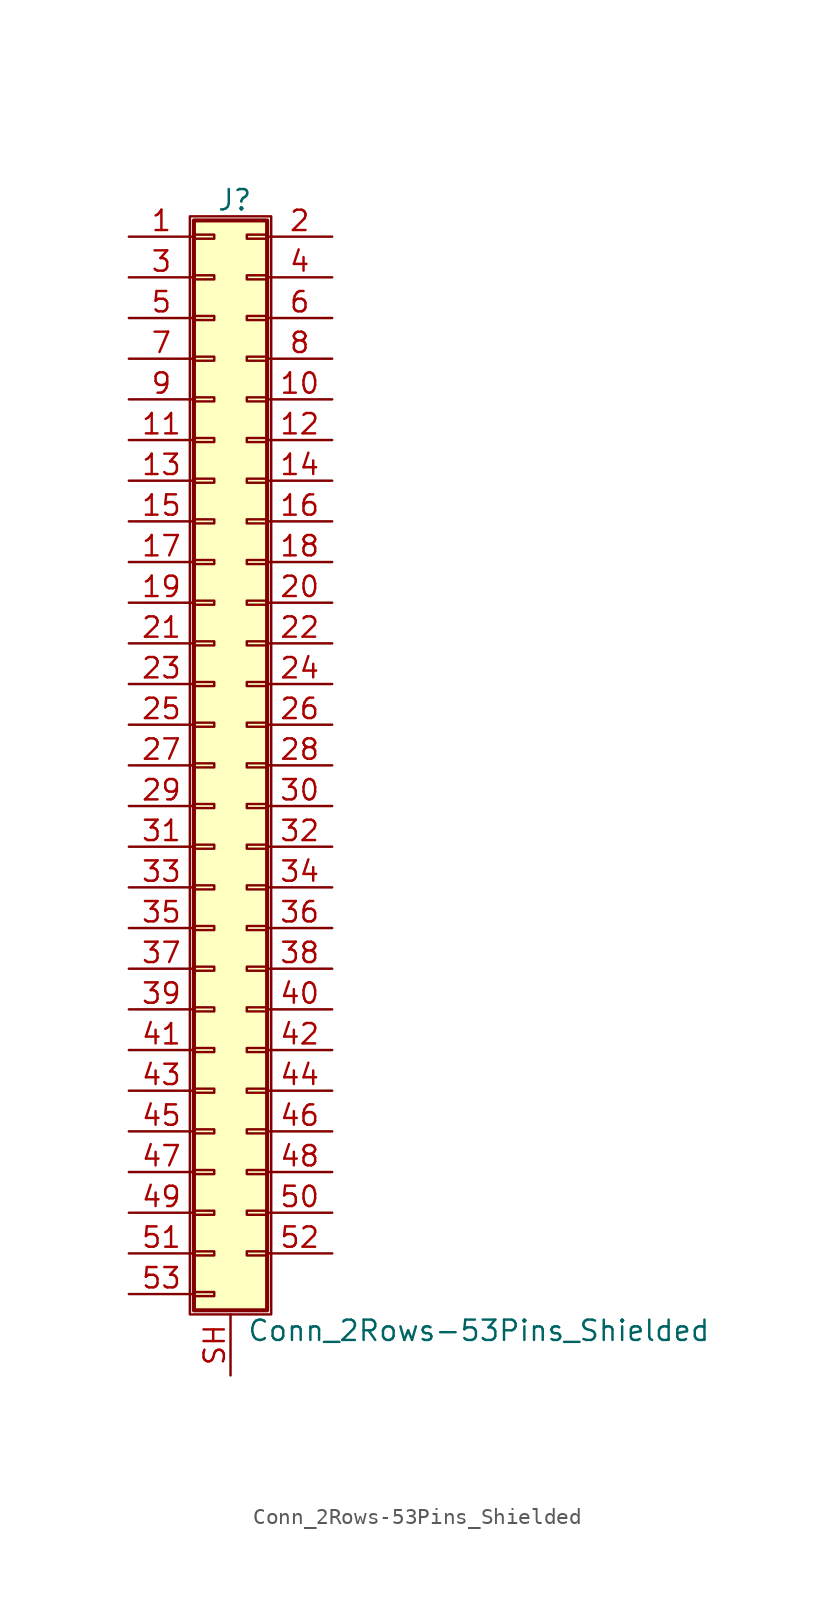
<source format=kicad_sym>
(kicad_symbol_lib
  (version 20200908)
  (generator kicad_symbol_editor)
  (symbol "Connector_Generic_Shielded:Conn_2Rows-53Pins_Shielded"
    (pin_names
      (offset 1.016) hide)
    (property "Reference" "J"
      (at 1.524 35.306 0)
      (effects (font (size 1.27 1.27))))
    (property "Value" "Conn_2Rows-53Pins_Shielded"
      (at 2.286 -35.306 0)
      (effects (font (size 1.27 1.27)) (justify left)))
    (symbol "Conn_2Rows-53Pins_Shielded_1_1"
      (rectangle (start -1.016 -27.813) (end 0.254 -28.067) (stroke (width 0.152)) (fill (type none)))
      (rectangle (start -1.016 -30.353) (end 0.254 -30.607) (stroke (width 0.152)) (fill (type none)))
      (rectangle (start -1.016 -32.893) (end 0.254 -33.147) (stroke (width 0.152)) (fill (type none)))
      (rectangle (start -1.016 -4.953) (end 0.254 -5.207) (stroke (width 0.152)) (fill (type none)))
      (rectangle (start -1.016 -7.493) (end 0.254 -7.747) (stroke (width 0.152)) (fill (type none)))
      (rectangle (start -1.016 -10.033) (end 0.254 -10.287) (stroke (width 0.152)) (fill (type none)))
      (rectangle (start -1.016 -12.573) (end 0.254 -12.827) (stroke (width 0.152)) (fill (type none)))
      (rectangle (start -1.016 -15.113) (end 0.254 -15.367) (stroke (width 0.152)) (fill (type none)))
      (rectangle (start -1.016 -17.653) (end 0.254 -17.907) (stroke (width 0.152)) (fill (type none)))
      (rectangle (start -1.016 -20.193) (end 0.254 -20.447) (stroke (width 0.152)) (fill (type none)))
      (rectangle (start -1.016 -22.733) (end 0.254 -22.987) (stroke (width 0.152)) (fill (type none)))
      (rectangle (start -1.016 -2.413) (end 0.254 -2.667) (stroke (width 0.152)) (fill (type none)))
      (rectangle (start -1.016 -25.273) (end 0.254 -25.527) (stroke (width 0.152)) (fill (type none)))
      (rectangle (start -1.016 25.527) (end 0.254 25.273) (stroke (width 0.152)) (fill (type none)))
      (rectangle (start -1.016 2.667) (end 0.254 2.413) (stroke (width 0.152)) (fill (type none)))
      (rectangle (start -1.016 28.067) (end 0.254 27.813) (stroke (width 0.152)) (fill (type none)))
      (rectangle (start -1.016 30.607) (end 0.254 30.353) (stroke (width 0.152)) (fill (type none)))
      (rectangle (start -1.016 33.147) (end 0.254 32.893) (stroke (width 0.152)) (fill (type none)))
      (rectangle (start -1.016 34.036) (end 3.556 -34.036) (stroke (width 0.254)) (fill (type background)))
      (rectangle (start -1.016 5.207) (end 0.254 4.953) (stroke (width 0.152)) (fill (type none)))
      (rectangle (start -1.016 7.747) (end 0.254 7.493) (stroke (width 0.152)) (fill (type none)))
      (rectangle (start -1.016 10.287) (end 0.254 10.033) (stroke (width 0.152)) (fill (type none)))
      (rectangle (start -1.016 0.127) (end 0.254 -0.127) (stroke (width 0.152)) (fill (type none)))
      (rectangle (start -1.016 12.827) (end 0.254 12.573) (stroke (width 0.152)) (fill (type none)))
      (rectangle (start -1.016 15.367) (end 0.254 15.113) (stroke (width 0.152)) (fill (type none)))
      (rectangle (start -1.016 17.907) (end 0.254 17.653) (stroke (width 0.152)) (fill (type none)))
      (rectangle (start -1.016 20.447) (end 0.254 20.193) (stroke (width 0.152)) (fill (type none)))
      (rectangle (start -1.016 22.987) (end 0.254 22.733) (stroke (width 0.152)) (fill (type none)))
      (rectangle (start -1.27 34.29) (end 3.81 -34.29) (stroke (width 0.152)) (fill (type none)))
      (rectangle (start 3.556 -27.813) (end 2.286 -28.067) (stroke (width 0.152)) (fill (type none)))
      (rectangle (start 3.556 -30.353) (end 2.286 -30.607) (stroke (width 0.152)) (fill (type none)))
      (rectangle (start 3.556 -4.953) (end 2.286 -5.207) (stroke (width 0.152)) (fill (type none)))
      (rectangle (start 3.556 -7.493) (end 2.286 -7.747) (stroke (width 0.152)) (fill (type none)))
      (rectangle (start 3.556 -10.033) (end 2.286 -10.287) (stroke (width 0.152)) (fill (type none)))
      (rectangle (start 3.556 -12.573) (end 2.286 -12.827) (stroke (width 0.152)) (fill (type none)))
      (rectangle (start 3.556 -15.113) (end 2.286 -15.367) (stroke (width 0.152)) (fill (type none)))
      (rectangle (start 3.556 -17.653) (end 2.286 -17.907) (stroke (width 0.152)) (fill (type none)))
      (rectangle (start 3.556 -20.193) (end 2.286 -20.447) (stroke (width 0.152)) (fill (type none)))
      (rectangle (start 3.556 -22.733) (end 2.286 -22.987) (stroke (width 0.152)) (fill (type none)))
      (rectangle (start 3.556 -2.413) (end 2.286 -2.667) (stroke (width 0.152)) (fill (type none)))
      (rectangle (start 3.556 -25.273) (end 2.286 -25.527) (stroke (width 0.152)) (fill (type none)))
      (rectangle (start 3.556 25.527) (end 2.286 25.273) (stroke (width 0.152)) (fill (type none)))
      (rectangle (start 3.556 2.667) (end 2.286 2.413) (stroke (width 0.152)) (fill (type none)))
      (rectangle (start 3.556 28.067) (end 2.286 27.813) (stroke (width 0.152)) (fill (type none)))
      (rectangle (start 3.556 30.607) (end 2.286 30.353) (stroke (width 0.152)) (fill (type none)))
      (rectangle (start 3.556 33.147) (end 2.286 32.893) (stroke (width 0.152)) (fill (type none)))
      (rectangle (start 3.556 5.207) (end 2.286 4.953) (stroke (width 0.152)) (fill (type none)))
      (rectangle (start 3.556 7.747) (end 2.286 7.493) (stroke (width 0.152)) (fill (type none)))
      (rectangle (start 3.556 10.287) (end 2.286 10.033) (stroke (width 0.152)) (fill (type none)))
      (rectangle (start 3.556 0.127) (end 2.286 -0.127) (stroke (width 0.152)) (fill (type none)))
      (rectangle (start 3.556 12.827) (end 2.286 12.573) (stroke (width 0.152)) (fill (type none)))
      (rectangle (start 3.556 15.367) (end 2.286 15.113) (stroke (width 0.152)) (fill (type none)))
      (rectangle (start 3.556 17.907) (end 2.286 17.653) (stroke (width 0.152)) (fill (type none)))
      (rectangle (start 3.556 20.447) (end 2.286 20.193) (stroke (width 0.152)) (fill (type none)))
      (rectangle (start 3.556 22.987) (end 2.286 22.733) (stroke (width 0.152)) (fill (type none)))
      (pin passive line (at -5.08 33.02 0) (length 4.064) (name "Pin_1" (effects (font (size 1.27 1.27)))) (number "1" (effects (font (size 1.27 1.27)))))
      (pin passive line (at 7.62 22.86 180) (length 4.064) (name "Pin_10" (effects (font (size 1.27 1.27)))) (number "10" (effects (font (size 1.27 1.27)))))
      (pin passive line (at -5.08 20.32 0) (length 4.064) (name "Pin_11" (effects (font (size 1.27 1.27)))) (number "11" (effects (font (size 1.27 1.27)))))
      (pin passive line (at 7.62 20.32 180) (length 4.064) (name "Pin_12" (effects (font (size 1.27 1.27)))) (number "12" (effects (font (size 1.27 1.27)))))
      (pin passive line (at -5.08 17.78 0) (length 4.064) (name "Pin_13" (effects (font (size 1.27 1.27)))) (number "13" (effects (font (size 1.27 1.27)))))
      (pin passive line (at 7.62 17.78 180) (length 4.064) (name "Pin_14" (effects (font (size 1.27 1.27)))) (number "14" (effects (font (size 1.27 1.27)))))
      (pin passive line (at -5.08 15.24 0) (length 4.064) (name "Pin_15" (effects (font (size 1.27 1.27)))) (number "15" (effects (font (size 1.27 1.27)))))
      (pin passive line (at 7.62 15.24 180) (length 4.064) (name "Pin_16" (effects (font (size 1.27 1.27)))) (number "16" (effects (font (size 1.27 1.27)))))
      (pin passive line (at -5.08 12.7 0) (length 4.064) (name "Pin_17" (effects (font (size 1.27 1.27)))) (number "17" (effects (font (size 1.27 1.27)))))
      (pin passive line (at 7.62 12.7 180) (length 4.064) (name "Pin_18" (effects (font (size 1.27 1.27)))) (number "18" (effects (font (size 1.27 1.27)))))
      (pin passive line (at -5.08 10.16 0) (length 4.064) (name "Pin_19" (effects (font (size 1.27 1.27)))) (number "19" (effects (font (size 1.27 1.27)))))
      (pin passive line (at 7.62 33.02 180) (length 4.064) (name "Pin_2" (effects (font (size 1.27 1.27)))) (number "2" (effects (font (size 1.27 1.27)))))
      (pin passive line (at 7.62 10.16 180) (length 4.064) (name "Pin_20" (effects (font (size 1.27 1.27)))) (number "20" (effects (font (size 1.27 1.27)))))
      (pin passive line (at -5.08 7.62 0) (length 4.064) (name "Pin_21" (effects (font (size 1.27 1.27)))) (number "21" (effects (font (size 1.27 1.27)))))
      (pin passive line (at 7.62 7.62 180) (length 4.064) (name "Pin_22" (effects (font (size 1.27 1.27)))) (number "22" (effects (font (size 1.27 1.27)))))
      (pin passive line (at -5.08 5.08 0) (length 4.064) (name "Pin_23" (effects (font (size 1.27 1.27)))) (number "23" (effects (font (size 1.27 1.27)))))
      (pin passive line (at 7.62 5.08 180) (length 4.064) (name "Pin_24" (effects (font (size 1.27 1.27)))) (number "24" (effects (font (size 1.27 1.27)))))
      (pin passive line (at -5.08 2.54 0) (length 4.064) (name "Pin_25" (effects (font (size 1.27 1.27)))) (number "25" (effects (font (size 1.27 1.27)))))
      (pin passive line (at 7.62 2.54 180) (length 4.064) (name "Pin_26" (effects (font (size 1.27 1.27)))) (number "26" (effects (font (size 1.27 1.27)))))
      (pin passive line (at -5.08 0 0) (length 4.064) (name "Pin_27" (effects (font (size 1.27 1.27)))) (number "27" (effects (font (size 1.27 1.27)))))
      (pin passive line (at 7.62 0 180) (length 4.064) (name "Pin_28" (effects (font (size 1.27 1.27)))) (number "28" (effects (font (size 1.27 1.27)))))
      (pin passive line (at -5.08 -2.54 0) (length 4.064) (name "Pin_29" (effects (font (size 1.27 1.27)))) (number "29" (effects (font (size 1.27 1.27)))))
      (pin passive line (at -5.08 30.48 0) (length 4.064) (name "Pin_3" (effects (font (size 1.27 1.27)))) (number "3" (effects (font (size 1.27 1.27)))))
      (pin passive line (at 7.62 -2.54 180) (length 4.064) (name "Pin_30" (effects (font (size 1.27 1.27)))) (number "30" (effects (font (size 1.27 1.27)))))
      (pin passive line (at -5.08 -5.08 0) (length 4.064) (name "Pin_31" (effects (font (size 1.27 1.27)))) (number "31" (effects (font (size 1.27 1.27)))))
      (pin passive line (at 7.62 -5.08 180) (length 4.064) (name "Pin_32" (effects (font (size 1.27 1.27)))) (number "32" (effects (font (size 1.27 1.27)))))
      (pin passive line (at -5.08 -7.62 0) (length 4.064) (name "Pin_33" (effects (font (size 1.27 1.27)))) (number "33" (effects (font (size 1.27 1.27)))))
      (pin passive line (at 7.62 -7.62 180) (length 4.064) (name "Pin_34" (effects (font (size 1.27 1.27)))) (number "34" (effects (font (size 1.27 1.27)))))
      (pin passive line (at -5.08 -10.16 0) (length 4.064) (name "Pin_35" (effects (font (size 1.27 1.27)))) (number "35" (effects (font (size 1.27 1.27)))))
      (pin passive line (at 7.62 -10.16 180) (length 4.064) (name "Pin_36" (effects (font (size 1.27 1.27)))) (number "36" (effects (font (size 1.27 1.27)))))
      (pin passive line (at -5.08 -12.7 0) (length 4.064) (name "Pin_37" (effects (font (size 1.27 1.27)))) (number "37" (effects (font (size 1.27 1.27)))))
      (pin passive line (at 7.62 -12.7 180) (length 4.064) (name "Pin_38" (effects (font (size 1.27 1.27)))) (number "38" (effects (font (size 1.27 1.27)))))
      (pin passive line (at -5.08 -15.24 0) (length 4.064) (name "Pin_39" (effects (font (size 1.27 1.27)))) (number "39" (effects (font (size 1.27 1.27)))))
      (pin passive line (at 7.62 30.48 180) (length 4.064) (name "Pin_4" (effects (font (size 1.27 1.27)))) (number "4" (effects (font (size 1.27 1.27)))))
      (pin passive line (at 7.62 -15.24 180) (length 4.064) (name "Pin_40" (effects (font (size 1.27 1.27)))) (number "40" (effects (font (size 1.27 1.27)))))
      (pin passive line (at -5.08 -17.78 0) (length 4.064) (name "Pin_41" (effects (font (size 1.27 1.27)))) (number "41" (effects (font (size 1.27 1.27)))))
      (pin passive line (at 7.62 -17.78 180) (length 4.064) (name "Pin_42" (effects (font (size 1.27 1.27)))) (number "42" (effects (font (size 1.27 1.27)))))
      (pin passive line (at -5.08 -20.32 0) (length 4.064) (name "Pin_43" (effects (font (size 1.27 1.27)))) (number "43" (effects (font (size 1.27 1.27)))))
      (pin passive line (at 7.62 -20.32 180) (length 4.064) (name "Pin_44" (effects (font (size 1.27 1.27)))) (number "44" (effects (font (size 1.27 1.27)))))
      (pin passive line (at -5.08 -22.86 0) (length 4.064) (name "Pin_45" (effects (font (size 1.27 1.27)))) (number "45" (effects (font (size 1.27 1.27)))))
      (pin passive line (at 7.62 -22.86 180) (length 4.064) (name "Pin_46" (effects (font (size 1.27 1.27)))) (number "46" (effects (font (size 1.27 1.27)))))
      (pin passive line (at -5.08 -25.4 0) (length 4.064) (name "Pin_47" (effects (font (size 1.27 1.27)))) (number "47" (effects (font (size 1.27 1.27)))))
      (pin passive line (at 7.62 -25.4 180) (length 4.064) (name "Pin_48" (effects (font (size 1.27 1.27)))) (number "48" (effects (font (size 1.27 1.27)))))
      (pin passive line (at -5.08 -27.94 0) (length 4.064) (name "Pin_49" (effects (font (size 1.27 1.27)))) (number "49" (effects (font (size 1.27 1.27)))))
      (pin passive line (at -5.08 27.94 0) (length 4.064) (name "Pin_5" (effects (font (size 1.27 1.27)))) (number "5" (effects (font (size 1.27 1.27)))))
      (pin passive line (at 7.62 -27.94 180) (length 4.064) (name "Pin_50" (effects (font (size 1.27 1.27)))) (number "50" (effects (font (size 1.27 1.27)))))
      (pin passive line (at -5.08 -30.48 0) (length 4.064) (name "Pin_51" (effects (font (size 1.27 1.27)))) (number "51" (effects (font (size 1.27 1.27)))))
      (pin passive line (at 7.62 -30.48 180) (length 4.064) (name "Pin_52" (effects (font (size 1.27 1.27)))) (number "52" (effects (font (size 1.27 1.27)))))
      (pin passive line (at -5.08 -33.02 0) (length 4.064) (name "Pin_53" (effects (font (size 1.27 1.27)))) (number "53" (effects (font (size 1.27 1.27)))))
      (pin passive line (at 7.62 27.94 180) (length 4.064) (name "Pin_6" (effects (font (size 1.27 1.27)))) (number "6" (effects (font (size 1.27 1.27)))))
      (pin passive line (at -5.08 25.4 0) (length 4.064) (name "Pin_7" (effects (font (size 1.27 1.27)))) (number "7" (effects (font (size 1.27 1.27)))))
      (pin passive line (at 7.62 25.4 180) (length 4.064) (name "Pin_8" (effects (font (size 1.27 1.27)))) (number "8" (effects (font (size 1.27 1.27)))))
      (pin passive line (at -5.08 22.86 0) (length 4.064) (name "Pin_9" (effects (font (size 1.27 1.27)))) (number "9" (effects (font (size 1.27 1.27)))))
      (pin passive line (at 1.27 -38.1 90) (length 3.81) (name "Shield" (effects (font (size 1.27 1.27)))) (number "SH" (effects (font (size 1.27 1.27))))))))
</source>
